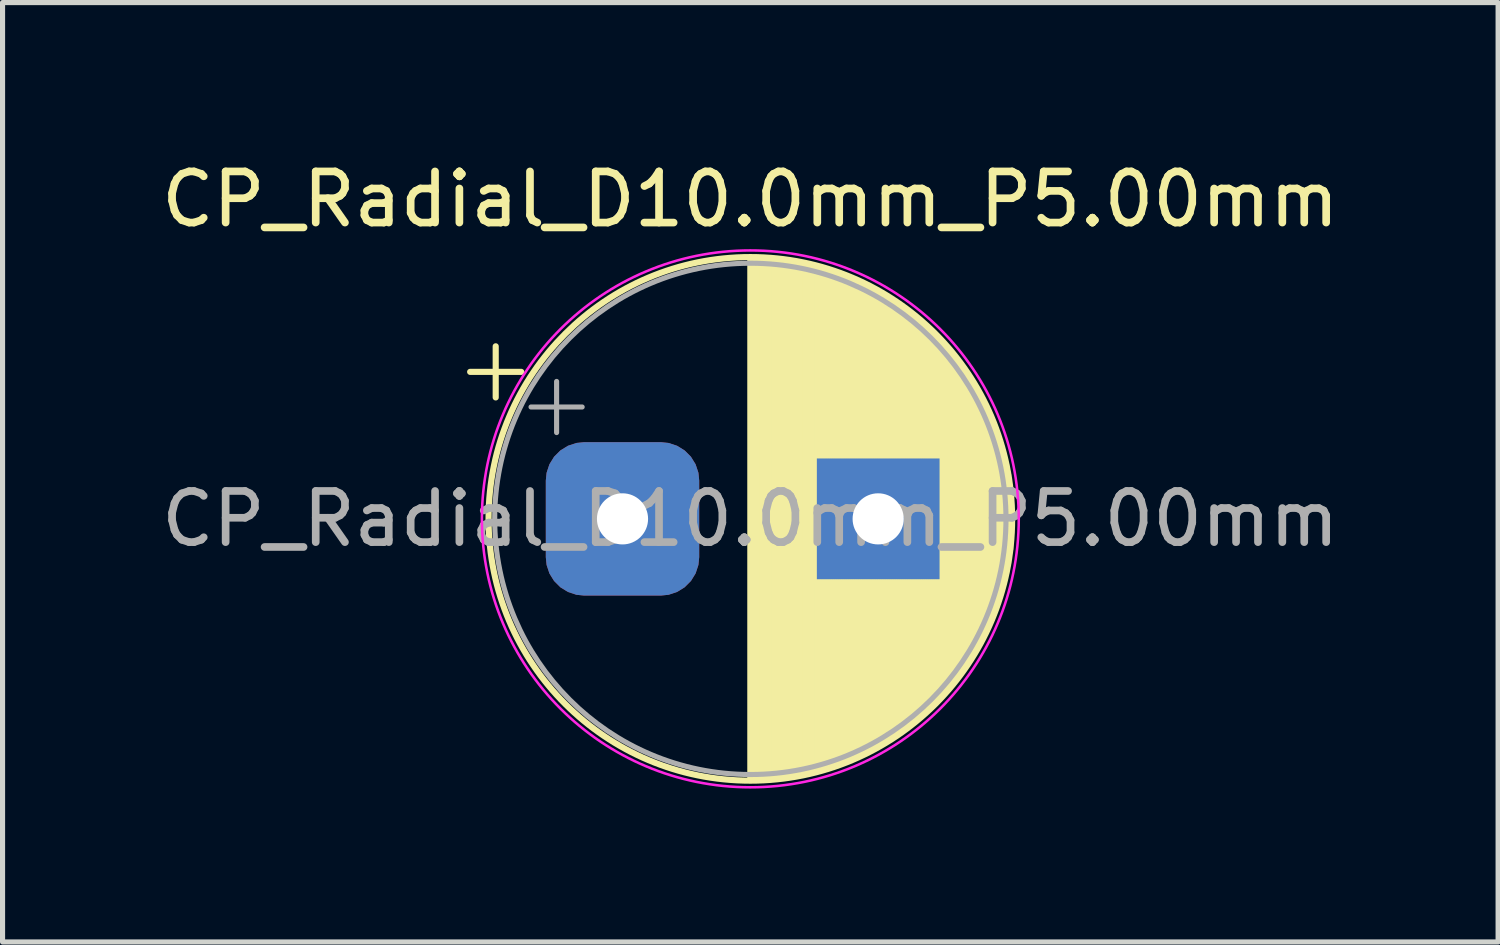
<source format=kicad_pcb>
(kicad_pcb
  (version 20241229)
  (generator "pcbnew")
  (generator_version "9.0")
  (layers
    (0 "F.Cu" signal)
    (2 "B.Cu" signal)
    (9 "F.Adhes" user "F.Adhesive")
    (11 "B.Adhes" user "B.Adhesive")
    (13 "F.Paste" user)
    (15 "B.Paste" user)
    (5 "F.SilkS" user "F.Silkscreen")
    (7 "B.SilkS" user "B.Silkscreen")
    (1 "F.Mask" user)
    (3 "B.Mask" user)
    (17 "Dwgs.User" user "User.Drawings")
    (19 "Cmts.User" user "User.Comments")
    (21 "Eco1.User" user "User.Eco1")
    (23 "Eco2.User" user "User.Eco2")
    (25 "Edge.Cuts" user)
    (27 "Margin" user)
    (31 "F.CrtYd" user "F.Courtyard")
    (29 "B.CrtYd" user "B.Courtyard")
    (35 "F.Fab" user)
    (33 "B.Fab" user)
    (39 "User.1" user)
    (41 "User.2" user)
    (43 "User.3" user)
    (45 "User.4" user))
  (footprint "CP_Radial_D10.0mm_P5.00mm"
    (layer "F.Cu")
    (at 9.125 7.098)
    (property "Reference" "CP_Radial_D10.0mm_P5.00mm" (at 2.5 -6.25 180) (layer "F.SilkS") (effects (font (size 1 1) (thickness 0.15))))
    (attr through_hole)
    (fp_line (start -2.98 -2.875) (end -1.98 -2.875) (stroke (width 0.12) (type solid)) (layer "F.SilkS"))
    (fp_line (start -2.48 -3.375) (end -2.48 -2.375) (stroke (width 0.12) (type solid)) (layer "F.SilkS"))
    (fp_line (start 2.5 -5.08) (end 2.5 5.08) (stroke (width 0.12) (type solid)) (layer "F.SilkS"))
    (fp_line (start 2.54 -5.08) (end 2.54 5.08) (stroke (width 0.12) (type solid)) (layer "F.SilkS"))
    (fp_line (start 2.58 -5.08) (end 2.58 5.08) (stroke (width 0.12) (type solid)) (layer "F.SilkS"))
    (fp_line (start 2.62 -5.079) (end 2.62 5.079) (stroke (width 0.12) (type solid)) (layer "F.SilkS"))
    (fp_line (start 2.66 -5.078) (end 2.66 5.078) (stroke (width 0.12) (type solid)) (layer "F.SilkS"))
    (fp_line (start 2.7 -5.077) (end 2.7 5.077) (stroke (width 0.12) (type solid)) (layer "F.SilkS"))
    (fp_line (start 2.74 -5.075) (end 2.74 5.075) (stroke (width 0.12) (type solid)) (layer "F.SilkS"))
    (fp_line (start 2.78 -5.073) (end 2.78 5.073) (stroke (width 0.12) (type solid)) (layer "F.SilkS"))
    (fp_line (start 2.82 -5.07) (end 2.82 5.07) (stroke (width 0.12) (type solid)) (layer "F.SilkS"))
    (fp_line (start 2.86 -5.068) (end 2.86 5.068) (stroke (width 0.12) (type solid)) (layer "F.SilkS"))
    (fp_line (start 2.9 -5.065) (end 2.9 5.065) (stroke (width 0.12) (type solid)) (layer "F.SilkS"))
    (fp_line (start 2.94 -5.062) (end 2.94 5.062) (stroke (width 0.12) (type solid)) (layer "F.SilkS"))
    (fp_line (start 2.98 -5.058) (end 2.98 5.058) (stroke (width 0.12) (type solid)) (layer "F.SilkS"))
    (fp_line (start 3.02 -5.054) (end 3.02 5.054) (stroke (width 0.12) (type solid)) (layer "F.SilkS"))
    (fp_line (start 3.06 -5.05) (end 3.06 5.05) (stroke (width 0.12) (type solid)) (layer "F.SilkS"))
    (fp_line (start 3.1 -5.045) (end 3.1 5.045) (stroke (width 0.12) (type solid)) (layer "F.SilkS"))
    (fp_line (start 3.14 -5.04) (end 3.14 5.04) (stroke (width 0.12) (type solid)) (layer "F.SilkS"))
    (fp_line (start 3.18 -5.035) (end 3.18 5.035) (stroke (width 0.12) (type solid)) (layer "F.SilkS"))
    (fp_line (start 3.221 -5.03) (end 3.221 5.03) (stroke (width 0.12) (type solid)) (layer "F.SilkS"))
    (fp_line (start 3.261 -5.024) (end 3.261 5.024) (stroke (width 0.12) (type solid)) (layer "F.SilkS"))
    (fp_line (start 3.301 -5.018) (end 3.301 5.018) (stroke (width 0.12) (type solid)) (layer "F.SilkS"))
    (fp_line (start 3.341 -5.011) (end 3.341 5.011) (stroke (width 0.12) (type solid)) (layer "F.SilkS"))
    (fp_line (start 3.381 -5.004) (end 3.381 5.004) (stroke (width 0.12) (type solid)) (layer "F.SilkS"))
    (fp_line (start 3.421 -4.997) (end 3.421 4.997) (stroke (width 0.12) (type solid)) (layer "F.SilkS"))
    (fp_line (start 3.461 -4.99) (end 3.461 4.99) (stroke (width 0.12) (type solid)) (layer "F.SilkS"))
    (fp_line (start 3.501 -4.982) (end 3.501 4.982) (stroke (width 0.12) (type solid)) (layer "F.SilkS"))
    (fp_line (start 3.541 -4.974) (end 3.541 4.974) (stroke (width 0.12) (type solid)) (layer "F.SilkS"))
    (fp_line (start 3.581 -4.965) (end 3.581 4.965) (stroke (width 0.12) (type solid)) (layer "F.SilkS"))
    (fp_line (start 3.621 -4.956) (end 3.621 4.956) (stroke (width 0.12) (type solid)) (layer "F.SilkS"))
    (fp_line (start 3.661 -4.947) (end 3.661 4.947) (stroke (width 0.12) (type solid)) (layer "F.SilkS"))
    (fp_line (start 3.701 -4.938) (end 3.701 4.938) (stroke (width 0.12) (type solid)) (layer "F.SilkS"))
    (fp_line (start 3.741 -4.928) (end 3.741 4.928) (stroke (width 0.12) (type solid)) (layer "F.SilkS"))
    (fp_line (start 3.781 -4.918) (end 3.781 -1.241) (stroke (width 0.12) (type solid)) (layer "F.SilkS"))
    (fp_line (start 3.781 1.241) (end 3.781 4.918) (stroke (width 0.12) (type solid)) (layer "F.SilkS"))
    (fp_line (start 3.821 -4.907) (end 3.821 -1.241) (stroke (width 0.12) (type solid)) (layer "F.SilkS"))
    (fp_line (start 3.821 1.241) (end 3.821 4.907) (stroke (width 0.12) (type solid)) (layer "F.SilkS"))
    (fp_line (start 3.861 -4.897) (end 3.861 -1.241) (stroke (width 0.12) (type solid)) (layer "F.SilkS"))
    (fp_line (start 3.861 1.241) (end 3.861 4.897) (stroke (width 0.12) (type solid)) (layer "F.SilkS"))
    (fp_line (start 3.901 -4.885) (end 3.901 -1.241) (stroke (width 0.12) (type solid)) (layer "F.SilkS"))
    (fp_line (start 3.901 1.241) (end 3.901 4.885) (stroke (width 0.12) (type solid)) (layer "F.SilkS"))
    (fp_line (start 3.941 -4.874) (end 3.941 -1.241) (stroke (width 0.12) (type solid)) (layer "F.SilkS"))
    (fp_line (start 3.941 1.241) (end 3.941 4.874) (stroke (width 0.12) (type solid)) (layer "F.SilkS"))
    (fp_line (start 3.981 -4.862) (end 3.981 -1.241) (stroke (width 0.12) (type solid)) (layer "F.SilkS"))
    (fp_line (start 3.981 1.241) (end 3.981 4.862) (stroke (width 0.12) (type solid)) (layer "F.SilkS"))
    (fp_line (start 4.021 -4.85) (end 4.021 -1.241) (stroke (width 0.12) (type solid)) (layer "F.SilkS"))
    (fp_line (start 4.021 1.241) (end 4.021 4.85) (stroke (width 0.12) (type solid)) (layer "F.SilkS"))
    (fp_line (start 4.061 -4.837) (end 4.061 -1.241) (stroke (width 0.12) (type solid)) (layer "F.SilkS"))
    (fp_line (start 4.061 1.241) (end 4.061 4.837) (stroke (width 0.12) (type solid)) (layer "F.SilkS"))
    (fp_line (start 4.101 -4.824) (end 4.101 -1.241) (stroke (width 0.12) (type solid)) (layer "F.SilkS"))
    (fp_line (start 4.101 1.241) (end 4.101 4.824) (stroke (width 0.12) (type solid)) (layer "F.SilkS"))
    (fp_line (start 4.141 -4.811) (end 4.141 -1.241) (stroke (width 0.12) (type solid)) (layer "F.SilkS"))
    (fp_line (start 4.141 1.241) (end 4.141 4.811) (stroke (width 0.12) (type solid)) (layer "F.SilkS"))
    (fp_line (start 4.181 -4.797) (end 4.181 -1.241) (stroke (width 0.12) (type solid)) (layer "F.SilkS"))
    (fp_line (start 4.181 1.241) (end 4.181 4.797) (stroke (width 0.12) (type solid)) (layer "F.SilkS"))
    (fp_line (start 4.221 -4.783) (end 4.221 -1.241) (stroke (width 0.12) (type solid)) (layer "F.SilkS"))
    (fp_line (start 4.221 1.241) (end 4.221 4.783) (stroke (width 0.12) (type solid)) (layer "F.SilkS"))
    (fp_line (start 4.261 -4.768) (end 4.261 -1.241) (stroke (width 0.12) (type solid)) (layer "F.SilkS"))
    (fp_line (start 4.261 1.241) (end 4.261 4.768) (stroke (width 0.12) (type solid)) (layer "F.SilkS"))
    (fp_line (start 4.301 -4.754) (end 4.301 -1.241) (stroke (width 0.12) (type solid)) (layer "F.SilkS"))
    (fp_line (start 4.301 1.241) (end 4.301 4.754) (stroke (width 0.12) (type solid)) (layer "F.SilkS"))
    (fp_line (start 4.341 -4.738) (end 4.341 -1.241) (stroke (width 0.12) (type solid)) (layer "F.SilkS"))
    (fp_line (start 4.341 1.241) (end 4.341 4.738) (stroke (width 0.12) (type solid)) (layer "F.SilkS"))
    (fp_line (start 4.381 -4.723) (end 4.381 -1.241) (stroke (width 0.12) (type solid)) (layer "F.SilkS"))
    (fp_line (start 4.381 1.241) (end 4.381 4.723) (stroke (width 0.12) (type solid)) (layer "F.SilkS"))
    (fp_line (start 4.421 -4.707) (end 4.421 -1.241) (stroke (width 0.12) (type solid)) (layer "F.SilkS"))
    (fp_line (start 4.421 1.241) (end 4.421 4.707) (stroke (width 0.12) (type solid)) (layer "F.SilkS"))
    (fp_line (start 4.461 -4.69) (end 4.461 -1.241) (stroke (width 0.12) (type solid)) (layer "F.SilkS"))
    (fp_line (start 4.461 1.241) (end 4.461 4.69) (stroke (width 0.12) (type solid)) (layer "F.SilkS"))
    (fp_line (start 4.501 -4.674) (end 4.501 -1.241) (stroke (width 0.12) (type solid)) (layer "F.SilkS"))
    (fp_line (start 4.501 1.241) (end 4.501 4.674) (stroke (width 0.12) (type solid)) (layer "F.SilkS"))
    (fp_line (start 4.541 -4.657) (end 4.541 -1.241) (stroke (width 0.12) (type solid)) (layer "F.SilkS"))
    (fp_line (start 4.541 1.241) (end 4.541 4.657) (stroke (width 0.12) (type solid)) (layer "F.SilkS"))
    (fp_line (start 4.581 -4.639) (end 4.581 -1.241) (stroke (width 0.12) (type solid)) (layer "F.SilkS"))
    (fp_line (start 4.581 1.241) (end 4.581 4.639) (stroke (width 0.12) (type solid)) (layer "F.SilkS"))
    (fp_line (start 4.621 -4.621) (end 4.621 -1.241) (stroke (width 0.12) (type solid)) (layer "F.SilkS"))
    (fp_line (start 4.621 1.241) (end 4.621 4.621) (stroke (width 0.12) (type solid)) (layer "F.SilkS"))
    (fp_line (start 4.661 -4.603) (end 4.661 -1.241) (stroke (width 0.12) (type solid)) (layer "F.SilkS"))
    (fp_line (start 4.661 1.241) (end 4.661 4.603) (stroke (width 0.12) (type solid)) (layer "F.SilkS"))
    (fp_line (start 4.701 -4.584) (end 4.701 -1.241) (stroke (width 0.12) (type solid)) (layer "F.SilkS"))
    (fp_line (start 4.701 1.241) (end 4.701 4.584) (stroke (width 0.12) (type solid)) (layer "F.SilkS"))
    (fp_line (start 4.741 -4.564) (end 4.741 -1.241) (stroke (width 0.12) (type solid)) (layer "F.SilkS"))
    (fp_line (start 4.741 1.241) (end 4.741 4.564) (stroke (width 0.12) (type solid)) (layer "F.SilkS"))
    (fp_line (start 4.781 -4.545) (end 4.781 -1.241) (stroke (width 0.12) (type solid)) (layer "F.SilkS"))
    (fp_line (start 4.781 1.241) (end 4.781 4.545) (stroke (width 0.12) (type solid)) (layer "F.SilkS"))
    (fp_line (start 4.821 -4.525) (end 4.821 -1.241) (stroke (width 0.12) (type solid)) (layer "F.SilkS"))
    (fp_line (start 4.821 1.241) (end 4.821 4.525) (stroke (width 0.12) (type solid)) (layer "F.SilkS"))
    (fp_line (start 4.861 -4.504) (end 4.861 -1.241) (stroke (width 0.12) (type solid)) (layer "F.SilkS"))
    (fp_line (start 4.861 1.241) (end 4.861 4.504) (stroke (width 0.12) (type solid)) (layer "F.SilkS"))
    (fp_line (start 4.901 -4.483) (end 4.901 -1.241) (stroke (width 0.12) (type solid)) (layer "F.SilkS"))
    (fp_line (start 4.901 1.241) (end 4.901 4.483) (stroke (width 0.12) (type solid)) (layer "F.SilkS"))
    (fp_line (start 4.941 -4.462) (end 4.941 -1.241) (stroke (width 0.12) (type solid)) (layer "F.SilkS"))
    (fp_line (start 4.941 1.241) (end 4.941 4.462) (stroke (width 0.12) (type solid)) (layer "F.SilkS"))
    (fp_line (start 4.981 -4.44) (end 4.981 -1.241) (stroke (width 0.12) (type solid)) (layer "F.SilkS"))
    (fp_line (start 4.981 1.241) (end 4.981 4.44) (stroke (width 0.12) (type solid)) (layer "F.SilkS"))
    (fp_line (start 5.021 -4.417) (end 5.021 -1.241) (stroke (width 0.12) (type solid)) (layer "F.SilkS"))
    (fp_line (start 5.021 1.241) (end 5.021 4.417) (stroke (width 0.12) (type solid)) (layer "F.SilkS"))
    (fp_line (start 5.061 -4.395) (end 5.061 -1.241) (stroke (width 0.12) (type solid)) (layer "F.SilkS"))
    (fp_line (start 5.061 1.241) (end 5.061 4.395) (stroke (width 0.12) (type solid)) (layer "F.SilkS"))
    (fp_line (start 5.101 -4.371) (end 5.101 -1.241) (stroke (width 0.12) (type solid)) (layer "F.SilkS"))
    (fp_line (start 5.101 1.241) (end 5.101 4.371) (stroke (width 0.12) (type solid)) (layer "F.SilkS"))
    (fp_line (start 5.141 -4.347) (end 5.141 -1.241) (stroke (width 0.12) (type solid)) (layer "F.SilkS"))
    (fp_line (start 5.141 1.241) (end 5.141 4.347) (stroke (width 0.12) (type solid)) (layer "F.SilkS"))
    (fp_line (start 5.181 -4.323) (end 5.181 -1.241) (stroke (width 0.12) (type solid)) (layer "F.SilkS"))
    (fp_line (start 5.181 1.241) (end 5.181 4.323) (stroke (width 0.12) (type solid)) (layer "F.SilkS"))
    (fp_line (start 5.221 -4.298) (end 5.221 -1.241) (stroke (width 0.12) (type solid)) (layer "F.SilkS"))
    (fp_line (start 5.221 1.241) (end 5.221 4.298) (stroke (width 0.12) (type solid)) (layer "F.SilkS"))
    (fp_line (start 5.261 -4.273) (end 5.261 -1.241) (stroke (width 0.12) (type solid)) (layer "F.SilkS"))
    (fp_line (start 5.261 1.241) (end 5.261 4.273) (stroke (width 0.12) (type solid)) (layer "F.SilkS"))
    (fp_line (start 5.301 -4.247) (end 5.301 -1.241) (stroke (width 0.12) (type solid)) (layer "F.SilkS"))
    (fp_line (start 5.301 1.241) (end 5.301 4.247) (stroke (width 0.12) (type solid)) (layer "F.SilkS"))
    (fp_line (start 5.341 -4.221) (end 5.341 -1.241) (stroke (width 0.12) (type solid)) (layer "F.SilkS"))
    (fp_line (start 5.341 1.241) (end 5.341 4.221) (stroke (width 0.12) (type solid)) (layer "F.SilkS"))
    (fp_line (start 5.381 -4.194) (end 5.381 -1.241) (stroke (width 0.12) (type solid)) (layer "F.SilkS"))
    (fp_line (start 5.381 1.241) (end 5.381 4.194) (stroke (width 0.12) (type solid)) (layer "F.SilkS"))
    (fp_line (start 5.421 -4.166) (end 5.421 -1.241) (stroke (width 0.12) (type solid)) (layer "F.SilkS"))
    (fp_line (start 5.421 1.241) (end 5.421 4.166) (stroke (width 0.12) (type solid)) (layer "F.SilkS"))
    (fp_line (start 5.461 -4.138) (end 5.461 -1.241) (stroke (width 0.12) (type solid)) (layer "F.SilkS"))
    (fp_line (start 5.461 1.241) (end 5.461 4.138) (stroke (width 0.12) (type solid)) (layer "F.SilkS"))
    (fp_line (start 5.501 -4.11) (end 5.501 -1.241) (stroke (width 0.12) (type solid)) (layer "F.SilkS"))
    (fp_line (start 5.501 1.241) (end 5.501 4.11) (stroke (width 0.12) (type solid)) (layer "F.SilkS"))
    (fp_line (start 5.541 -4.08) (end 5.541 -1.241) (stroke (width 0.12) (type solid)) (layer "F.SilkS"))
    (fp_line (start 5.541 1.241) (end 5.541 4.08) (stroke (width 0.12) (type solid)) (layer "F.SilkS"))
    (fp_line (start 5.581 -4.05) (end 5.581 -1.241) (stroke (width 0.12) (type solid)) (layer "F.SilkS"))
    (fp_line (start 5.581 1.241) (end 5.581 4.05) (stroke (width 0.12) (type solid)) (layer "F.SilkS"))
    (fp_line (start 5.621 -4.02) (end 5.621 -1.241) (stroke (width 0.12) (type solid)) (layer "F.SilkS"))
    (fp_line (start 5.621 1.241) (end 5.621 4.02) (stroke (width 0.12) (type solid)) (layer "F.SilkS"))
    (fp_line (start 5.661 -3.989) (end 5.661 -1.241) (stroke (width 0.12) (type solid)) (layer "F.SilkS"))
    (fp_line (start 5.661 1.241) (end 5.661 3.989) (stroke (width 0.12) (type solid)) (layer "F.SilkS"))
    (fp_line (start 5.701 -3.957) (end 5.701 -1.241) (stroke (width 0.12) (type solid)) (layer "F.SilkS"))
    (fp_line (start 5.701 1.241) (end 5.701 3.957) (stroke (width 0.12) (type solid)) (layer "F.SilkS"))
    (fp_line (start 5.741 -3.925) (end 5.741 -1.241) (stroke (width 0.12) (type solid)) (layer "F.SilkS"))
    (fp_line (start 5.741 1.241) (end 5.741 3.925) (stroke (width 0.12) (type solid)) (layer "F.SilkS"))
    (fp_line (start 5.781 -3.892) (end 5.781 -1.241) (stroke (width 0.12) (type solid)) (layer "F.SilkS"))
    (fp_line (start 5.781 1.241) (end 5.781 3.892) (stroke (width 0.12) (type solid)) (layer "F.SilkS"))
    (fp_line (start 5.821 -3.858) (end 5.821 -1.241) (stroke (width 0.12) (type solid)) (layer "F.SilkS"))
    (fp_line (start 5.821 1.241) (end 5.821 3.858) (stroke (width 0.12) (type solid)) (layer "F.SilkS"))
    (fp_line (start 5.861 -3.824) (end 5.861 -1.241) (stroke (width 0.12) (type solid)) (layer "F.SilkS"))
    (fp_line (start 5.861 1.241) (end 5.861 3.824) (stroke (width 0.12) (type solid)) (layer "F.SilkS"))
    (fp_line (start 5.901 -3.789) (end 5.901 -1.241) (stroke (width 0.12) (type solid)) (layer "F.SilkS"))
    (fp_line (start 5.901 1.241) (end 5.901 3.789) (stroke (width 0.12) (type solid)) (layer "F.SilkS"))
    (fp_line (start 5.941 -3.753) (end 5.941 -1.241) (stroke (width 0.12) (type solid)) (layer "F.SilkS"))
    (fp_line (start 5.941 1.241) (end 5.941 3.753) (stroke (width 0.12) (type solid)) (layer "F.SilkS"))
    (fp_line (start 5.981 -3.716) (end 5.981 -1.241) (stroke (width 0.12) (type solid)) (layer "F.SilkS"))
    (fp_line (start 5.981 1.241) (end 5.981 3.716) (stroke (width 0.12) (type solid)) (layer "F.SilkS"))
    (fp_line (start 6.021 -3.679) (end 6.021 -1.241) (stroke (width 0.12) (type solid)) (layer "F.SilkS"))
    (fp_line (start 6.021 1.241) (end 6.021 3.679) (stroke (width 0.12) (type solid)) (layer "F.SilkS"))
    (fp_line (start 6.061 -3.64) (end 6.061 -1.241) (stroke (width 0.12) (type solid)) (layer "F.SilkS"))
    (fp_line (start 6.061 1.241) (end 6.061 3.64) (stroke (width 0.12) (type solid)) (layer "F.SilkS"))
    (fp_line (start 6.101 -3.601) (end 6.101 -1.241) (stroke (width 0.12) (type solid)) (layer "F.SilkS"))
    (fp_line (start 6.101 1.241) (end 6.101 3.601) (stroke (width 0.12) (type solid)) (layer "F.SilkS"))
    (fp_line (start 6.141 -3.561) (end 6.141 -1.241) (stroke (width 0.12) (type solid)) (layer "F.SilkS"))
    (fp_line (start 6.141 1.241) (end 6.141 3.561) (stroke (width 0.12) (type solid)) (layer "F.SilkS"))
    (fp_line (start 6.181 -3.52) (end 6.181 -1.241) (stroke (width 0.12) (type solid)) (layer "F.SilkS"))
    (fp_line (start 6.181 1.241) (end 6.181 3.52) (stroke (width 0.12) (type solid)) (layer "F.SilkS"))
    (fp_line (start 6.221 -3.478) (end 6.221 -1.241) (stroke (width 0.12) (type solid)) (layer "F.SilkS"))
    (fp_line (start 6.221 1.241) (end 6.221 3.478) (stroke (width 0.12) (type solid)) (layer "F.SilkS"))
    (fp_line (start 6.261 -3.436) (end 6.261 3.436) (stroke (width 0.12) (type solid)) (layer "F.SilkS"))
    (fp_line (start 6.301 -3.392) (end 6.301 3.392) (stroke (width 0.12) (type solid)) (layer "F.SilkS"))
    (fp_line (start 6.341 -3.347) (end 6.341 3.347) (stroke (width 0.12) (type solid)) (layer "F.SilkS"))
    (fp_line (start 6.381 -3.301) (end 6.381 3.301) (stroke (width 0.12) (type solid)) (layer "F.SilkS"))
    (fp_line (start 6.421 -3.254) (end 6.421 3.254) (stroke (width 0.12) (type solid)) (layer "F.SilkS"))
    (fp_line (start 6.461 -3.206) (end 6.461 3.206) (stroke (width 0.12) (type solid)) (layer "F.SilkS"))
    (fp_line (start 6.501 -3.156) (end 6.501 3.156) (stroke (width 0.12) (type solid)) (layer "F.SilkS"))
    (fp_line (start 6.541 -3.106) (end 6.541 3.106) (stroke (width 0.12) (type solid)) (layer "F.SilkS"))
    (fp_line (start 6.581 -3.054) (end 6.581 3.054) (stroke (width 0.12) (type solid)) (layer "F.SilkS"))
    (fp_line (start 6.621 -3) (end 6.621 3) (stroke (width 0.12) (type solid)) (layer "F.SilkS"))
    (fp_line (start 6.661 -2.945) (end 6.661 2.945) (stroke (width 0.12) (type solid)) (layer "F.SilkS"))
    (fp_line (start 6.701 -2.889) (end 6.701 2.889) (stroke (width 0.12) (type solid)) (layer "F.SilkS"))
    (fp_line (start 6.741 -2.83) (end 6.741 2.83) (stroke (width 0.12) (type solid)) (layer "F.SilkS"))
    (fp_line (start 6.781 -2.77) (end 6.781 2.77) (stroke (width 0.12) (type solid)) (layer "F.SilkS"))
    (fp_line (start 6.821 -2.709) (end 6.821 2.709) (stroke (width 0.12) (type solid)) (layer "F.SilkS"))
    (fp_line (start 6.861 -2.645) (end 6.861 2.645) (stroke (width 0.12) (type solid)) (layer "F.SilkS"))
    (fp_line (start 6.901 -2.579) (end 6.901 2.579) (stroke (width 0.12) (type solid)) (layer "F.SilkS"))
    (fp_line (start 6.941 -2.51) (end 6.941 2.51) (stroke (width 0.12) (type solid)) (layer "F.SilkS"))
    (fp_line (start 6.981 -2.439) (end 6.981 2.439) (stroke (width 0.12) (type solid)) (layer "F.SilkS"))
    (fp_line (start 7.021 -2.365) (end 7.021 2.365) (stroke (width 0.12) (type solid)) (layer "F.SilkS"))
    (fp_line (start 7.061 -2.289) (end 7.061 2.289) (stroke (width 0.12) (type solid)) (layer "F.SilkS"))
    (fp_line (start 7.101 -2.209) (end 7.101 2.209) (stroke (width 0.12) (type solid)) (layer "F.SilkS"))
    (fp_line (start 7.141 -2.125) (end 7.141 2.125) (stroke (width 0.12) (type solid)) (layer "F.SilkS"))
    (fp_line (start 7.181 -2.037) (end 7.181 2.037) (stroke (width 0.12) (type solid)) (layer "F.SilkS"))
    (fp_line (start 7.221 -1.944) (end 7.221 1.944) (stroke (width 0.12) (type solid)) (layer "F.SilkS"))
    (fp_line (start 7.261 -1.846) (end 7.261 1.846) (stroke (width 0.12) (type solid)) (layer "F.SilkS"))
    (fp_line (start 7.301 -1.742) (end 7.301 1.742) (stroke (width 0.12) (type solid)) (layer "F.SilkS"))
    (fp_line (start 7.341 -1.63) (end 7.341 1.63) (stroke (width 0.12) (type solid)) (layer "F.SilkS"))
    (fp_line (start 7.381 -1.51) (end 7.381 1.51) (stroke (width 0.12) (type solid)) (layer "F.SilkS"))
    (fp_line (start 7.421 -1.378) (end 7.421 1.378) (stroke (width 0.12) (type solid)) (layer "F.SilkS"))
    (fp_line (start 7.461 -1.23) (end 7.461 1.23) (stroke (width 0.12) (type solid)) (layer "F.SilkS"))
    (fp_line (start 7.501 -1.062) (end 7.501 1.062) (stroke (width 0.12) (type solid)) (layer "F.SilkS"))
    (fp_line (start 7.541 -0.862) (end 7.541 0.862) (stroke (width 0.12) (type solid)) (layer "F.SilkS"))
    (fp_line (start 7.581 -0.599) (end 7.581 0.599) (stroke (width 0.12) (type solid)) (layer "F.SilkS"))
    (fp_circle (center 2.5 0) (end 7.62 0) (stroke (width 0.12) (type solid)) (fill no) (layer "F.SilkS"))
    (fp_circle (center 2.5 0) (end 7.75 0) (stroke (width 0.05) (type solid)) (fill no) (layer "F.CrtYd"))
    (fp_line (start -1.789 -2.188) (end -0.789 -2.188) (stroke (width 0.1) (type solid)) (layer "F.Fab"))
    (fp_line (start -1.289 -2.688) (end -1.289 -1.688) (stroke (width 0.1) (type solid)) (layer "F.Fab"))
    (fp_circle (center 2.5 0) (end 7.5 0) (stroke (width 0.1) (type solid)) (fill no) (layer "F.Fab"))
    (fp_text user "${REFERENCE}" (at 2.5 0 180) (layer "F.Fab") (effects (font (size 1 1) (thickness 0.15))))
    (pad "1" thru_hole roundrect (at 0 0) (size 3 3) (drill 1) (layers "*.Cu" "*.Mask") (roundrect_rratio 0.25))
    (pad "2" thru_hole roundrect (at 5 0) (size 3 3) (drill 1) (layers "*.Cu" "*.Mask") (roundrect_rratio 0.25)))
  (gr_rect
    (start -3 -3)
    (end 26.25 15.373)
    (stroke (width 0.1) (type default))
    (fill no)
    (layer "Edge.Cuts")))
</source>
